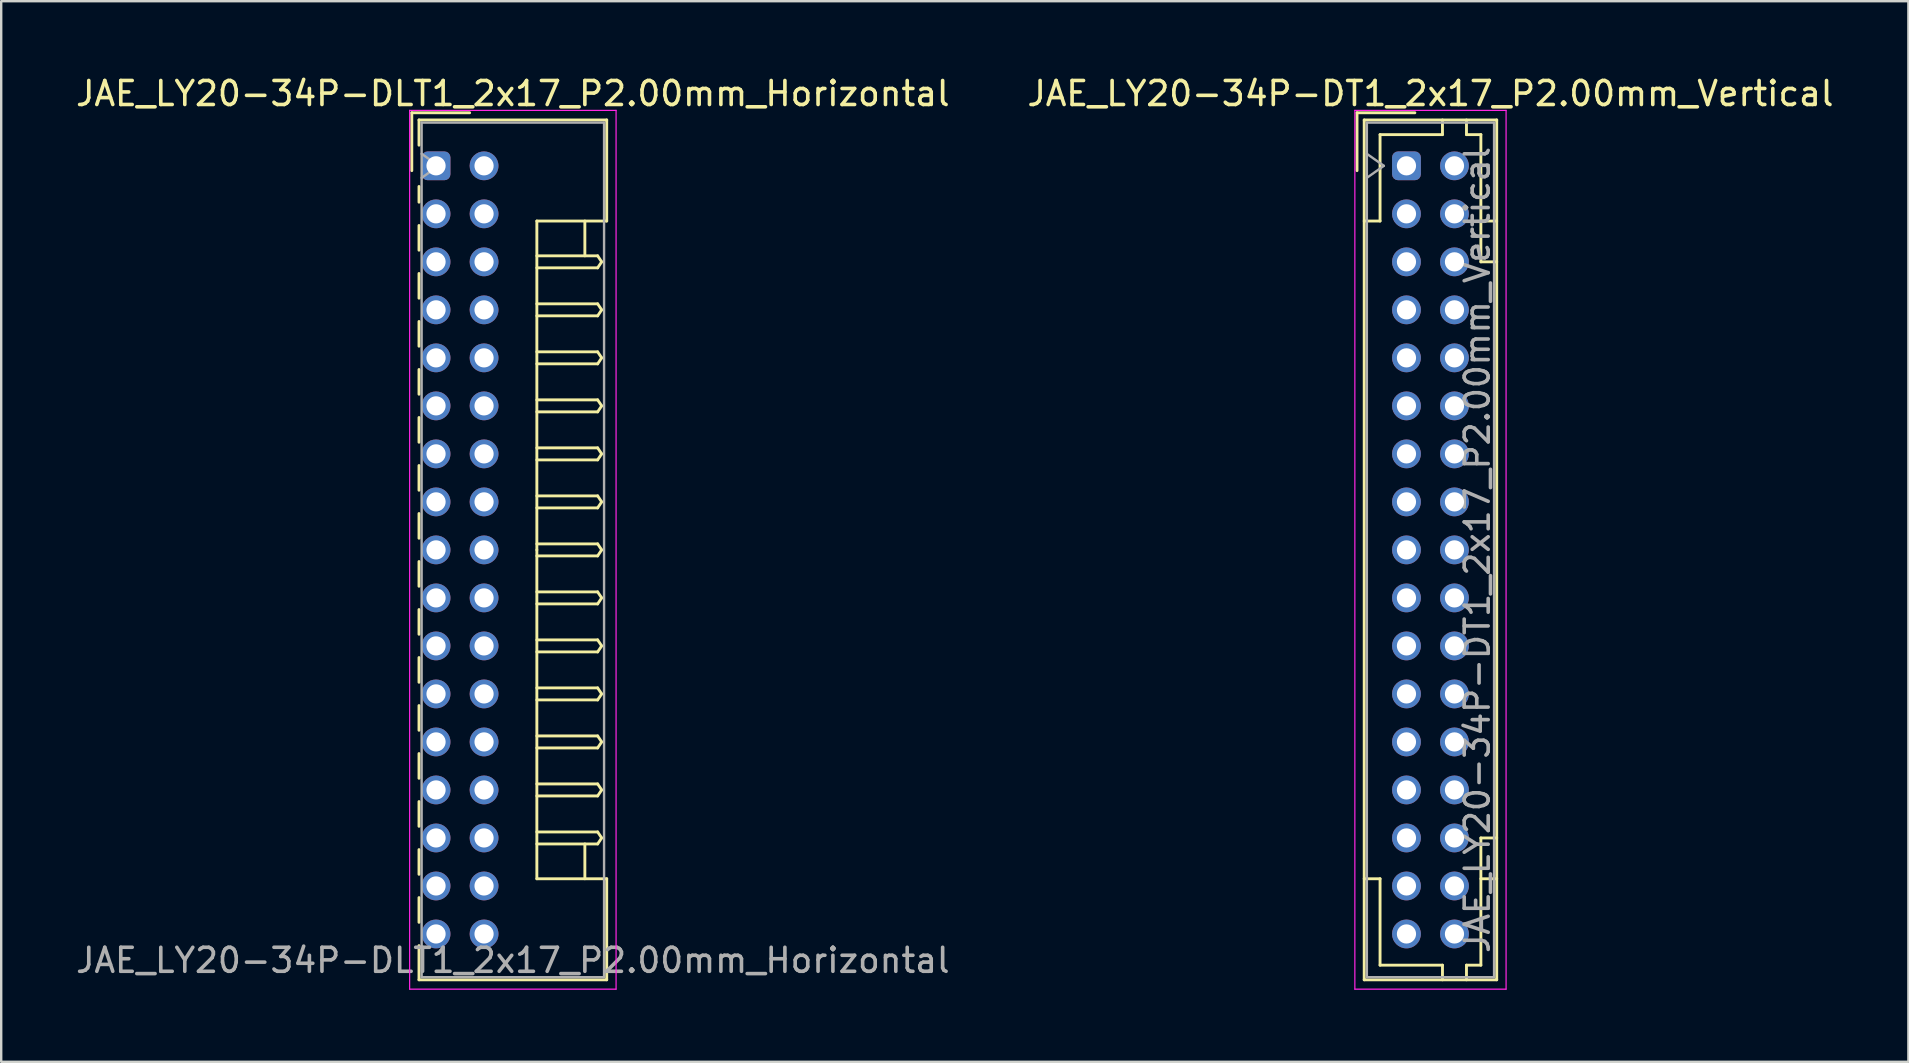
<source format=kicad_pcb>
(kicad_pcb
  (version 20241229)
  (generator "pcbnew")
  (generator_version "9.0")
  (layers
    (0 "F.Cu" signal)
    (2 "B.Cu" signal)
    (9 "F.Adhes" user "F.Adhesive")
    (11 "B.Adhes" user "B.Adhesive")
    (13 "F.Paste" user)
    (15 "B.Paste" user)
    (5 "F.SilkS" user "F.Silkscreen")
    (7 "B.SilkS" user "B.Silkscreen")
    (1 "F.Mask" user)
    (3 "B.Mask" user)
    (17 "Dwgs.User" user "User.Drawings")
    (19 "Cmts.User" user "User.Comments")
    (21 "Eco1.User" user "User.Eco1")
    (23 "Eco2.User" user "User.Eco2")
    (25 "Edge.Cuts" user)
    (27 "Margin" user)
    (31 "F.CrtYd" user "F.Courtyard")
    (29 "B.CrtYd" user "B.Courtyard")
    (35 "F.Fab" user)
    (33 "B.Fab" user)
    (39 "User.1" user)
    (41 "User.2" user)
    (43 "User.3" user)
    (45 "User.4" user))
  (footprint "JAE_LY20-34P-DT1_2x17_P2.00mm_Vertical"
    (layer "F.Cu")
    (at 55.542 3.858)
    (property "Reference" "JAE_LY20-34P-DT1_2x17_P2.00mm_Vertical" (at 1 -3.01 0) (layer "F.SilkS") (effects (font (size 1 1) (thickness 0.15))))
    (attr through_hole)
    (fp_line (start -2.06 -2.21) (end -2.06 0.2) (stroke (width 0.12) (type solid)) (layer "F.SilkS"))
    (fp_line (start -1.76 -1.91) (end -1.76 33.91) (stroke (width 0.12) (type solid)) (layer "F.SilkS"))
    (fp_line (start -1.76 33.91) (end 3.76 33.91) (stroke (width 0.12) (type solid)) (layer "F.SilkS"))
    (fp_line (start -1.1 -1.3) (end -1.1 2.3) (stroke (width 0.12) (type solid)) (layer "F.SilkS"))
    (fp_line (start -1.1 2.3) (end -1.76 2.3) (stroke (width 0.12) (type solid)) (layer "F.SilkS"))
    (fp_line (start -1.1 29.7) (end -1.76 29.7) (stroke (width 0.12) (type solid)) (layer "F.SilkS"))
    (fp_line (start -1.1 33.3) (end -1.1 29.7) (stroke (width 0.12) (type solid)) (layer "F.SilkS"))
    (fp_line (start 0.35 -2.21) (end -2.06 -2.21) (stroke (width 0.12) (type solid)) (layer "F.SilkS"))
    (fp_line (start 1.5 -1.91) (end 1.5 -1.3) (stroke (width 0.12) (type solid)) (layer "F.SilkS"))
    (fp_line (start 1.5 -1.3) (end -1.1 -1.3) (stroke (width 0.12) (type solid)) (layer "F.SilkS"))
    (fp_line (start 1.5 33.3) (end -1.1 33.3) (stroke (width 0.12) (type solid)) (layer "F.SilkS"))
    (fp_line (start 1.5 33.91) (end 1.5 33.3) (stroke (width 0.12) (type solid)) (layer "F.SilkS"))
    (fp_line (start 2.5 -1.91) (end 2.5 -1.3) (stroke (width 0.12) (type solid)) (layer "F.SilkS"))
    (fp_line (start 2.5 -1.3) (end 3.1 -1.3) (stroke (width 0.12) (type solid)) (layer "F.SilkS"))
    (fp_line (start 2.5 33.3) (end 3.1 33.3) (stroke (width 0.12) (type solid)) (layer "F.SilkS"))
    (fp_line (start 2.5 33.91) (end 2.5 33.3) (stroke (width 0.12) (type solid)) (layer "F.SilkS"))
    (fp_line (start 3.1 -1.3) (end 3.1 4) (stroke (width 0.12) (type solid)) (layer "F.SilkS"))
    (fp_line (start 3.1 4) (end 3.76 4) (stroke (width 0.12) (type solid)) (layer "F.SilkS"))
    (fp_line (start 3.1 28) (end 3.76 28) (stroke (width 0.12) (type solid)) (layer "F.SilkS"))
    (fp_line (start 3.1 33.3) (end 3.1 28) (stroke (width 0.12) (type solid)) (layer "F.SilkS"))
    (fp_line (start 3.76 -1.91) (end -1.76 -1.91) (stroke (width 0.12) (type solid)) (layer "F.SilkS"))
    (fp_line (start 3.76 2.3) (end 3.1 2.3) (stroke (width 0.12) (type solid)) (layer "F.SilkS"))
    (fp_line (start 3.76 29.7) (end 3.1 29.7) (stroke (width 0.12) (type solid)) (layer "F.SilkS"))
    (fp_line (start 3.76 33.91) (end 3.76 -1.91) (stroke (width 0.12) (type solid)) (layer "F.SilkS"))
    (fp_line (start -2.15 -2.31) (end -2.15 34.3) (stroke (width 0.05) (type solid)) (layer "F.CrtYd"))
    (fp_line (start -2.15 34.3) (end 4.15 34.3) (stroke (width 0.05) (type solid)) (layer "F.CrtYd"))
    (fp_line (start 4.15 -2.31) (end -2.15 -2.31) (stroke (width 0.05) (type solid)) (layer "F.CrtYd"))
    (fp_line (start 4.15 34.3) (end 4.15 -2.31) (stroke (width 0.05) (type solid)) (layer "F.CrtYd"))
    (fp_line (start -1.65 -1.8) (end -1.65 33.8) (stroke (width 0.1) (type solid)) (layer "F.Fab"))
    (fp_line (start -1.65 0.5) (end -0.943 0) (stroke (width 0.1) (type solid)) (layer "F.Fab"))
    (fp_line (start -1.65 33.8) (end 3.65 33.8) (stroke (width 0.1) (type solid)) (layer "F.Fab"))
    (fp_line (start -0.943 0) (end -1.65 -0.5) (stroke (width 0.1) (type solid)) (layer "F.Fab"))
    (fp_line (start 3.65 -1.8) (end -1.65 -1.8) (stroke (width 0.1) (type solid)) (layer "F.Fab"))
    (fp_line (start 3.65 33.8) (end 3.65 -1.8) (stroke (width 0.1) (type solid)) (layer "F.Fab"))
    (fp_text user "${REFERENCE}" (at 2.95 16 90) (layer "F.Fab") (effects (font (size 1 1) (thickness 0.15))))
    (pad "a1" thru_hole roundrect (at 0 0) (size 1.2 1.2) (drill 0.8) (layers "*.Cu" "*.Mask") (roundrect_rratio 0.208))
    (pad "a2" thru_hole circle (at 0 2) (size 1.2 1.2) (drill 0.8) (layers "*.Cu" "*.Mask"))
    (pad "a3" thru_hole circle (at 0 4) (size 1.2 1.2) (drill 0.8) (layers "*.Cu" "*.Mask"))
    (pad "a4" thru_hole circle (at 0 6) (size 1.2 1.2) (drill 0.8) (layers "*.Cu" "*.Mask"))
    (pad "a5" thru_hole circle (at 0 8) (size 1.2 1.2) (drill 0.8) (layers "*.Cu" "*.Mask"))
    (pad "a6" thru_hole circle (at 0 10) (size 1.2 1.2) (drill 0.8) (layers "*.Cu" "*.Mask"))
    (pad "a7" thru_hole circle (at 0 12) (size 1.2 1.2) (drill 0.8) (layers "*.Cu" "*.Mask"))
    (pad "a8" thru_hole circle (at 0 14) (size 1.2 1.2) (drill 0.8) (layers "*.Cu" "*.Mask"))
    (pad "a9" thru_hole circle (at 0 16) (size 1.2 1.2) (drill 0.8) (layers "*.Cu" "*.Mask"))
    (pad "a10" thru_hole circle (at 0 18) (size 1.2 1.2) (drill 0.8) (layers "*.Cu" "*.Mask"))
    (pad "a11" thru_hole circle (at 0 20) (size 1.2 1.2) (drill 0.8) (layers "*.Cu" "*.Mask"))
    (pad "a12" thru_hole circle (at 0 22) (size 1.2 1.2) (drill 0.8) (layers "*.Cu" "*.Mask"))
    (pad "a13" thru_hole circle (at 0 24) (size 1.2 1.2) (drill 0.8) (layers "*.Cu" "*.Mask"))
    (pad "a14" thru_hole circle (at 0 26) (size 1.2 1.2) (drill 0.8) (layers "*.Cu" "*.Mask"))
    (pad "a15" thru_hole circle (at 0 28) (size 1.2 1.2) (drill 0.8) (layers "*.Cu" "*.Mask"))
    (pad "a16" thru_hole circle (at 0 30) (size 1.2 1.2) (drill 0.8) (layers "*.Cu" "*.Mask"))
    (pad "a17" thru_hole circle (at 0 32) (size 1.2 1.2) (drill 0.8) (layers "*.Cu" "*.Mask"))
    (pad "b1" thru_hole circle (at 2 0) (size 1.2 1.2) (drill 0.8) (layers "*.Cu" "*.Mask"))
    (pad "b2" thru_hole circle (at 2 2) (size 1.2 1.2) (drill 0.8) (layers "*.Cu" "*.Mask"))
    (pad "b3" thru_hole circle (at 2 4) (size 1.2 1.2) (drill 0.8) (layers "*.Cu" "*.Mask"))
    (pad "b4" thru_hole circle (at 2 6) (size 1.2 1.2) (drill 0.8) (layers "*.Cu" "*.Mask"))
    (pad "b5" thru_hole circle (at 2 8) (size 1.2 1.2) (drill 0.8) (layers "*.Cu" "*.Mask"))
    (pad "b6" thru_hole circle (at 2 10) (size 1.2 1.2) (drill 0.8) (layers "*.Cu" "*.Mask"))
    (pad "b7" thru_hole circle (at 2 12) (size 1.2 1.2) (drill 0.8) (layers "*.Cu" "*.Mask"))
    (pad "b8" thru_hole circle (at 2 14) (size 1.2 1.2) (drill 0.8) (layers "*.Cu" "*.Mask"))
    (pad "b9" thru_hole circle (at 2 16) (size 1.2 1.2) (drill 0.8) (layers "*.Cu" "*.Mask"))
    (pad "b10" thru_hole circle (at 2 18) (size 1.2 1.2) (drill 0.8) (layers "*.Cu" "*.Mask"))
    (pad "b11" thru_hole circle (at 2 20) (size 1.2 1.2) (drill 0.8) (layers "*.Cu" "*.Mask"))
    (pad "b12" thru_hole circle (at 2 22) (size 1.2 1.2) (drill 0.8) (layers "*.Cu" "*.Mask"))
    (pad "b13" thru_hole circle (at 2 24) (size 1.2 1.2) (drill 0.8) (layers "*.Cu" "*.Mask"))
    (pad "b14" thru_hole circle (at 2 26) (size 1.2 1.2) (drill 0.8) (layers "*.Cu" "*.Mask"))
    (pad "b15" thru_hole circle (at 2 28) (size 1.2 1.2) (drill 0.8) (layers "*.Cu" "*.Mask"))
    (pad "b16" thru_hole circle (at 2 30) (size 1.2 1.2) (drill 0.8) (layers "*.Cu" "*.Mask"))
    (pad "b17" thru_hole circle (at 2 32) (size 1.2 1.2) (drill 0.8) (layers "*.Cu" "*.Mask")))
  (footprint "JAE_LY20-34P-DLT1_2x17_P2.00mm_Horizontal"
    (layer "F.Cu")
    (at 15.115 3.858)
    (property "Reference" "JAE_LY20-34P-DLT1_2x17_P2.00mm_Horizontal" (at 3.2 -3.01 0) (layer "F.SilkS") (effects (font (size 1 1) (thickness 0.15))))
    (attr through_hole)
    (fp_line (start -1.01 -2.21) (end -1.01 0.2) (stroke (width 0.12) (type solid)) (layer "F.SilkS"))
    (fp_line (start -0.71 -1.91) (end -0.71 -0.86) (stroke (width 0.12) (type solid)) (layer "F.SilkS"))
    (fp_line (start -0.71 -1.91) (end 7.11 -1.91) (stroke (width 0.12) (type solid)) (layer "F.SilkS"))
    (fp_line (start -0.71 0.86) (end -0.71 1.515) (stroke (width 0.12) (type solid)) (layer "F.SilkS"))
    (fp_line (start -0.71 2.485) (end -0.71 3.515) (stroke (width 0.12) (type solid)) (layer "F.SilkS"))
    (fp_line (start -0.71 4.485) (end -0.71 5.515) (stroke (width 0.12) (type solid)) (layer "F.SilkS"))
    (fp_line (start -0.71 6.485) (end -0.71 7.515) (stroke (width 0.12) (type solid)) (layer "F.SilkS"))
    (fp_line (start -0.71 8.485) (end -0.71 9.515) (stroke (width 0.12) (type solid)) (layer "F.SilkS"))
    (fp_line (start -0.71 10.485) (end -0.71 11.515) (stroke (width 0.12) (type solid)) (layer "F.SilkS"))
    (fp_line (start -0.71 12.485) (end -0.71 13.515) (stroke (width 0.12) (type solid)) (layer "F.SilkS"))
    (fp_line (start -0.71 14.485) (end -0.71 15.515) (stroke (width 0.12) (type solid)) (layer "F.SilkS"))
    (fp_line (start -0.71 16.485) (end -0.71 17.515) (stroke (width 0.12) (type solid)) (layer "F.SilkS"))
    (fp_line (start -0.71 18.485) (end -0.71 19.515) (stroke (width 0.12) (type solid)) (layer "F.SilkS"))
    (fp_line (start -0.71 20.485) (end -0.71 21.515) (stroke (width 0.12) (type solid)) (layer "F.SilkS"))
    (fp_line (start -0.71 22.485) (end -0.71 23.515) (stroke (width 0.12) (type solid)) (layer "F.SilkS"))
    (fp_line (start -0.71 24.485) (end -0.71 25.515) (stroke (width 0.12) (type solid)) (layer "F.SilkS"))
    (fp_line (start -0.71 26.485) (end -0.71 27.515) (stroke (width 0.12) (type solid)) (layer "F.SilkS"))
    (fp_line (start -0.71 28.485) (end -0.71 29.515) (stroke (width 0.12) (type solid)) (layer "F.SilkS"))
    (fp_line (start -0.71 30.485) (end -0.71 31.515) (stroke (width 0.12) (type solid)) (layer "F.SilkS"))
    (fp_line (start -0.71 32.485) (end -0.71 33.91) (stroke (width 0.12) (type solid)) (layer "F.SilkS"))
    (fp_line (start -0.71 33.91) (end 7.11 33.91) (stroke (width 0.12) (type solid)) (layer "F.SilkS"))
    (fp_line (start 1.4 -2.21) (end -1.01 -2.21) (stroke (width 0.12) (type solid)) (layer "F.SilkS"))
    (fp_line (start 4.2 2.3) (end 4.2 16) (stroke (width 0.12) (type solid)) (layer "F.SilkS"))
    (fp_line (start 4.2 3.75) (end 6.733 3.75) (stroke (width 0.12) (type solid)) (layer "F.SilkS"))
    (fp_line (start 4.2 5.75) (end 6.733 5.75) (stroke (width 0.12) (type solid)) (layer "F.SilkS"))
    (fp_line (start 4.2 7.75) (end 6.733 7.75) (stroke (width 0.12) (type solid)) (layer "F.SilkS"))
    (fp_line (start 4.2 9.75) (end 6.733 9.75) (stroke (width 0.12) (type solid)) (layer "F.SilkS"))
    (fp_line (start 4.2 11.75) (end 6.733 11.75) (stroke (width 0.12) (type solid)) (layer "F.SilkS"))
    (fp_line (start 4.2 13.75) (end 6.733 13.75) (stroke (width 0.12) (type solid)) (layer "F.SilkS"))
    (fp_line (start 4.2 15.75) (end 6.733 15.75) (stroke (width 0.12) (type solid)) (layer "F.SilkS"))
    (fp_line (start 4.2 17.75) (end 6.733 17.75) (stroke (width 0.12) (type solid)) (layer "F.SilkS"))
    (fp_line (start 4.2 19.75) (end 6.733 19.75) (stroke (width 0.12) (type solid)) (layer "F.SilkS"))
    (fp_line (start 4.2 21.75) (end 6.733 21.75) (stroke (width 0.12) (type solid)) (layer "F.SilkS"))
    (fp_line (start 4.2 23.75) (end 6.733 23.75) (stroke (width 0.12) (type solid)) (layer "F.SilkS"))
    (fp_line (start 4.2 25.75) (end 6.733 25.75) (stroke (width 0.12) (type solid)) (layer "F.SilkS"))
    (fp_line (start 4.2 27.75) (end 6.733 27.75) (stroke (width 0.12) (type solid)) (layer "F.SilkS"))
    (fp_line (start 4.2 29.7) (end 4.2 16) (stroke (width 0.12) (type solid)) (layer "F.SilkS"))
    (fp_line (start 6.2 2.3) (end 6.2 3.75) (stroke (width 0.12) (type solid)) (layer "F.SilkS"))
    (fp_line (start 6.2 29.7) (end 6.2 28.25) (stroke (width 0.12) (type solid)) (layer "F.SilkS"))
    (fp_line (start 6.733 3.75) (end 6.9 4) (stroke (width 0.12) (type solid)) (layer "F.SilkS"))
    (fp_line (start 6.733 4.25) (end 4.2 4.25) (stroke (width 0.12) (type solid)) (layer "F.SilkS"))
    (fp_line (start 6.733 5.75) (end 6.9 6) (stroke (width 0.12) (type solid)) (layer "F.SilkS"))
    (fp_line (start 6.733 6.25) (end 4.2 6.25) (stroke (width 0.12) (type solid)) (layer "F.SilkS"))
    (fp_line (start 6.733 7.75) (end 6.9 8) (stroke (width 0.12) (type solid)) (layer "F.SilkS"))
    (fp_line (start 6.733 8.25) (end 4.2 8.25) (stroke (width 0.12) (type solid)) (layer "F.SilkS"))
    (fp_line (start 6.733 9.75) (end 6.9 10) (stroke (width 0.12) (type solid)) (layer "F.SilkS"))
    (fp_line (start 6.733 10.25) (end 4.2 10.25) (stroke (width 0.12) (type solid)) (layer "F.SilkS"))
    (fp_line (start 6.733 11.75) (end 6.9 12) (stroke (width 0.12) (type solid)) (layer "F.SilkS"))
    (fp_line (start 6.733 12.25) (end 4.2 12.25) (stroke (width 0.12) (type solid)) (layer "F.SilkS"))
    (fp_line (start 6.733 13.75) (end 6.9 14) (stroke (width 0.12) (type solid)) (layer "F.SilkS"))
    (fp_line (start 6.733 14.25) (end 4.2 14.25) (stroke (width 0.12) (type solid)) (layer "F.SilkS"))
    (fp_line (start 6.733 15.75) (end 6.9 16) (stroke (width 0.12) (type solid)) (layer "F.SilkS"))
    (fp_line (start 6.733 16.25) (end 4.2 16.25) (stroke (width 0.12) (type solid)) (layer "F.SilkS"))
    (fp_line (start 6.733 17.75) (end 6.9 18) (stroke (width 0.12) (type solid)) (layer "F.SilkS"))
    (fp_line (start 6.733 18.25) (end 4.2 18.25) (stroke (width 0.12) (type solid)) (layer "F.SilkS"))
    (fp_line (start 6.733 19.75) (end 6.9 20) (stroke (width 0.12) (type solid)) (layer "F.SilkS"))
    (fp_line (start 6.733 20.25) (end 4.2 20.25) (stroke (width 0.12) (type solid)) (layer "F.SilkS"))
    (fp_line (start 6.733 21.75) (end 6.9 22) (stroke (width 0.12) (type solid)) (layer "F.SilkS"))
    (fp_line (start 6.733 22.25) (end 4.2 22.25) (stroke (width 0.12) (type solid)) (layer "F.SilkS"))
    (fp_line (start 6.733 23.75) (end 6.9 24) (stroke (width 0.12) (type solid)) (layer "F.SilkS"))
    (fp_line (start 6.733 24.25) (end 4.2 24.25) (stroke (width 0.12) (type solid)) (layer "F.SilkS"))
    (fp_line (start 6.733 25.75) (end 6.9 26) (stroke (width 0.12) (type solid)) (layer "F.SilkS"))
    (fp_line (start 6.733 26.25) (end 4.2 26.25) (stroke (width 0.12) (type solid)) (layer "F.SilkS"))
    (fp_line (start 6.733 27.75) (end 6.9 28) (stroke (width 0.12) (type solid)) (layer "F.SilkS"))
    (fp_line (start 6.733 28.25) (end 4.2 28.25) (stroke (width 0.12) (type solid)) (layer "F.SilkS"))
    (fp_line (start 6.9 4) (end 6.733 4.25) (stroke (width 0.12) (type solid)) (layer "F.SilkS"))
    (fp_line (start 6.9 6) (end 6.733 6.25) (stroke (width 0.12) (type solid)) (layer "F.SilkS"))
    (fp_line (start 6.9 8) (end 6.733 8.25) (stroke (width 0.12) (type solid)) (layer "F.SilkS"))
    (fp_line (start 6.9 10) (end 6.733 10.25) (stroke (width 0.12) (type solid)) (layer "F.SilkS"))
    (fp_line (start 6.9 12) (end 6.733 12.25) (stroke (width 0.12) (type solid)) (layer "F.SilkS"))
    (fp_line (start 6.9 14) (end 6.733 14.25) (stroke (width 0.12) (type solid)) (layer "F.SilkS"))
    (fp_line (start 6.9 16) (end 6.733 16.25) (stroke (width 0.12) (type solid)) (layer "F.SilkS"))
    (fp_line (start 6.9 18) (end 6.733 18.25) (stroke (width 0.12) (type solid)) (layer "F.SilkS"))
    (fp_line (start 6.9 20) (end 6.733 20.25) (stroke (width 0.12) (type solid)) (layer "F.SilkS"))
    (fp_line (start 6.9 22) (end 6.733 22.25) (stroke (width 0.12) (type solid)) (layer "F.SilkS"))
    (fp_line (start 6.9 24) (end 6.733 24.25) (stroke (width 0.12) (type solid)) (layer "F.SilkS"))
    (fp_line (start 6.9 26) (end 6.733 26.25) (stroke (width 0.12) (type solid)) (layer "F.SilkS"))
    (fp_line (start 6.9 28) (end 6.733 28.25) (stroke (width 0.12) (type solid)) (layer "F.SilkS"))
    (fp_line (start 7.11 -1.91) (end 7.11 2.3) (stroke (width 0.12) (type solid)) (layer "F.SilkS"))
    (fp_line (start 7.11 2.3) (end 4.2 2.3) (stroke (width 0.12) (type solid)) (layer "F.SilkS"))
    (fp_line (start 7.11 29.7) (end 4.2 29.7) (stroke (width 0.12) (type solid)) (layer "F.SilkS"))
    (fp_line (start 7.11 33.91) (end 7.11 29.7) (stroke (width 0.12) (type solid)) (layer "F.SilkS"))
    (fp_line (start -1.1 -2.31) (end -1.1 34.3) (stroke (width 0.05) (type solid)) (layer "F.CrtYd"))
    (fp_line (start -1.1 34.3) (end 7.5 34.3) (stroke (width 0.05) (type solid)) (layer "F.CrtYd"))
    (fp_line (start 7.5 -2.31) (end -1.1 -2.31) (stroke (width 0.05) (type solid)) (layer "F.CrtYd"))
    (fp_line (start 7.5 34.3) (end 7.5 -2.31) (stroke (width 0.05) (type solid)) (layer "F.CrtYd"))
    (fp_line (start -0.6 -1.8) (end -0.6 33.8) (stroke (width 0.1) (type solid)) (layer "F.Fab"))
    (fp_line (start -0.6 0.5) (end 0.107 0) (stroke (width 0.1) (type solid)) (layer "F.Fab"))
    (fp_line (start -0.6 33.8) (end 7 33.8) (stroke (width 0.1) (type solid)) (layer "F.Fab"))
    (fp_line (start 0.107 0) (end -0.6 -0.5) (stroke (width 0.1) (type solid)) (layer "F.Fab"))
    (fp_line (start 7 -1.8) (end -0.6 -1.8) (stroke (width 0.1) (type solid)) (layer "F.Fab"))
    (fp_line (start 7 33.8) (end 7 -1.8) (stroke (width 0.1) (type solid)) (layer "F.Fab"))
    (fp_text user "${REFERENCE}" (at 3.2 33.1 0) (layer "F.Fab") (effects (font (size 1 1) (thickness 0.15))))
    (pad "a1" thru_hole roundrect (at 0 0) (size 1.2 1.2) (drill 0.8) (layers "*.Cu" "*.Mask") (roundrect_rratio 0.208))
    (pad "a2" thru_hole circle (at 0 2) (size 1.2 1.2) (drill 0.8) (layers "*.Cu" "*.Mask"))
    (pad "a3" thru_hole circle (at 0 4) (size 1.2 1.2) (drill 0.8) (layers "*.Cu" "*.Mask"))
    (pad "a4" thru_hole circle (at 0 6) (size 1.2 1.2) (drill 0.8) (layers "*.Cu" "*.Mask"))
    (pad "a5" thru_hole circle (at 0 8) (size 1.2 1.2) (drill 0.8) (layers "*.Cu" "*.Mask"))
    (pad "a6" thru_hole circle (at 0 10) (size 1.2 1.2) (drill 0.8) (layers "*.Cu" "*.Mask"))
    (pad "a7" thru_hole circle (at 0 12) (size 1.2 1.2) (drill 0.8) (layers "*.Cu" "*.Mask"))
    (pad "a8" thru_hole circle (at 0 14) (size 1.2 1.2) (drill 0.8) (layers "*.Cu" "*.Mask"))
    (pad "a9" thru_hole circle (at 0 16) (size 1.2 1.2) (drill 0.8) (layers "*.Cu" "*.Mask"))
    (pad "a10" thru_hole circle (at 0 18) (size 1.2 1.2) (drill 0.8) (layers "*.Cu" "*.Mask"))
    (pad "a11" thru_hole circle (at 0 20) (size 1.2 1.2) (drill 0.8) (layers "*.Cu" "*.Mask"))
    (pad "a12" thru_hole circle (at 0 22) (size 1.2 1.2) (drill 0.8) (layers "*.Cu" "*.Mask"))
    (pad "a13" thru_hole circle (at 0 24) (size 1.2 1.2) (drill 0.8) (layers "*.Cu" "*.Mask"))
    (pad "a14" thru_hole circle (at 0 26) (size 1.2 1.2) (drill 0.8) (layers "*.Cu" "*.Mask"))
    (pad "a15" thru_hole circle (at 0 28) (size 1.2 1.2) (drill 0.8) (layers "*.Cu" "*.Mask"))
    (pad "a16" thru_hole circle (at 0 30) (size 1.2 1.2) (drill 0.8) (layers "*.Cu" "*.Mask"))
    (pad "a17" thru_hole circle (at 0 32) (size 1.2 1.2) (drill 0.8) (layers "*.Cu" "*.Mask"))
    (pad "b1" thru_hole circle (at 2 0) (size 1.2 1.2) (drill 0.8) (layers "*.Cu" "*.Mask"))
    (pad "b2" thru_hole circle (at 2 2) (size 1.2 1.2) (drill 0.8) (layers "*.Cu" "*.Mask"))
    (pad "b3" thru_hole circle (at 2 4) (size 1.2 1.2) (drill 0.8) (layers "*.Cu" "*.Mask"))
    (pad "b4" thru_hole circle (at 2 6) (size 1.2 1.2) (drill 0.8) (layers "*.Cu" "*.Mask"))
    (pad "b5" thru_hole circle (at 2 8) (size 1.2 1.2) (drill 0.8) (layers "*.Cu" "*.Mask"))
    (pad "b6" thru_hole circle (at 2 10) (size 1.2 1.2) (drill 0.8) (layers "*.Cu" "*.Mask"))
    (pad "b7" thru_hole circle (at 2 12) (size 1.2 1.2) (drill 0.8) (layers "*.Cu" "*.Mask"))
    (pad "b8" thru_hole circle (at 2 14) (size 1.2 1.2) (drill 0.8) (layers "*.Cu" "*.Mask"))
    (pad "b9" thru_hole circle (at 2 16) (size 1.2 1.2) (drill 0.8) (layers "*.Cu" "*.Mask"))
    (pad "b10" thru_hole circle (at 2 18) (size 1.2 1.2) (drill 0.8) (layers "*.Cu" "*.Mask"))
    (pad "b11" thru_hole circle (at 2 20) (size 1.2 1.2) (drill 0.8) (layers "*.Cu" "*.Mask"))
    (pad "b12" thru_hole circle (at 2 22) (size 1.2 1.2) (drill 0.8) (layers "*.Cu" "*.Mask"))
    (pad "b13" thru_hole circle (at 2 24) (size 1.2 1.2) (drill 0.8) (layers "*.Cu" "*.Mask"))
    (pad "b14" thru_hole circle (at 2 26) (size 1.2 1.2) (drill 0.8) (layers "*.Cu" "*.Mask"))
    (pad "b15" thru_hole circle (at 2 28) (size 1.2 1.2) (drill 0.8) (layers "*.Cu" "*.Mask"))
    (pad "b16" thru_hole circle (at 2 30) (size 1.2 1.2) (drill 0.8) (layers "*.Cu" "*.Mask"))
    (pad "b17" thru_hole circle (at 2 32) (size 1.2 1.2) (drill 0.8) (layers "*.Cu" "*.Mask")))
  (gr_rect
    (start -3 -3)
    (end 76.452 41.183)
    (stroke (width 0.1) (type default))
    (fill no)
    (layer "Edge.Cuts")))
</source>
